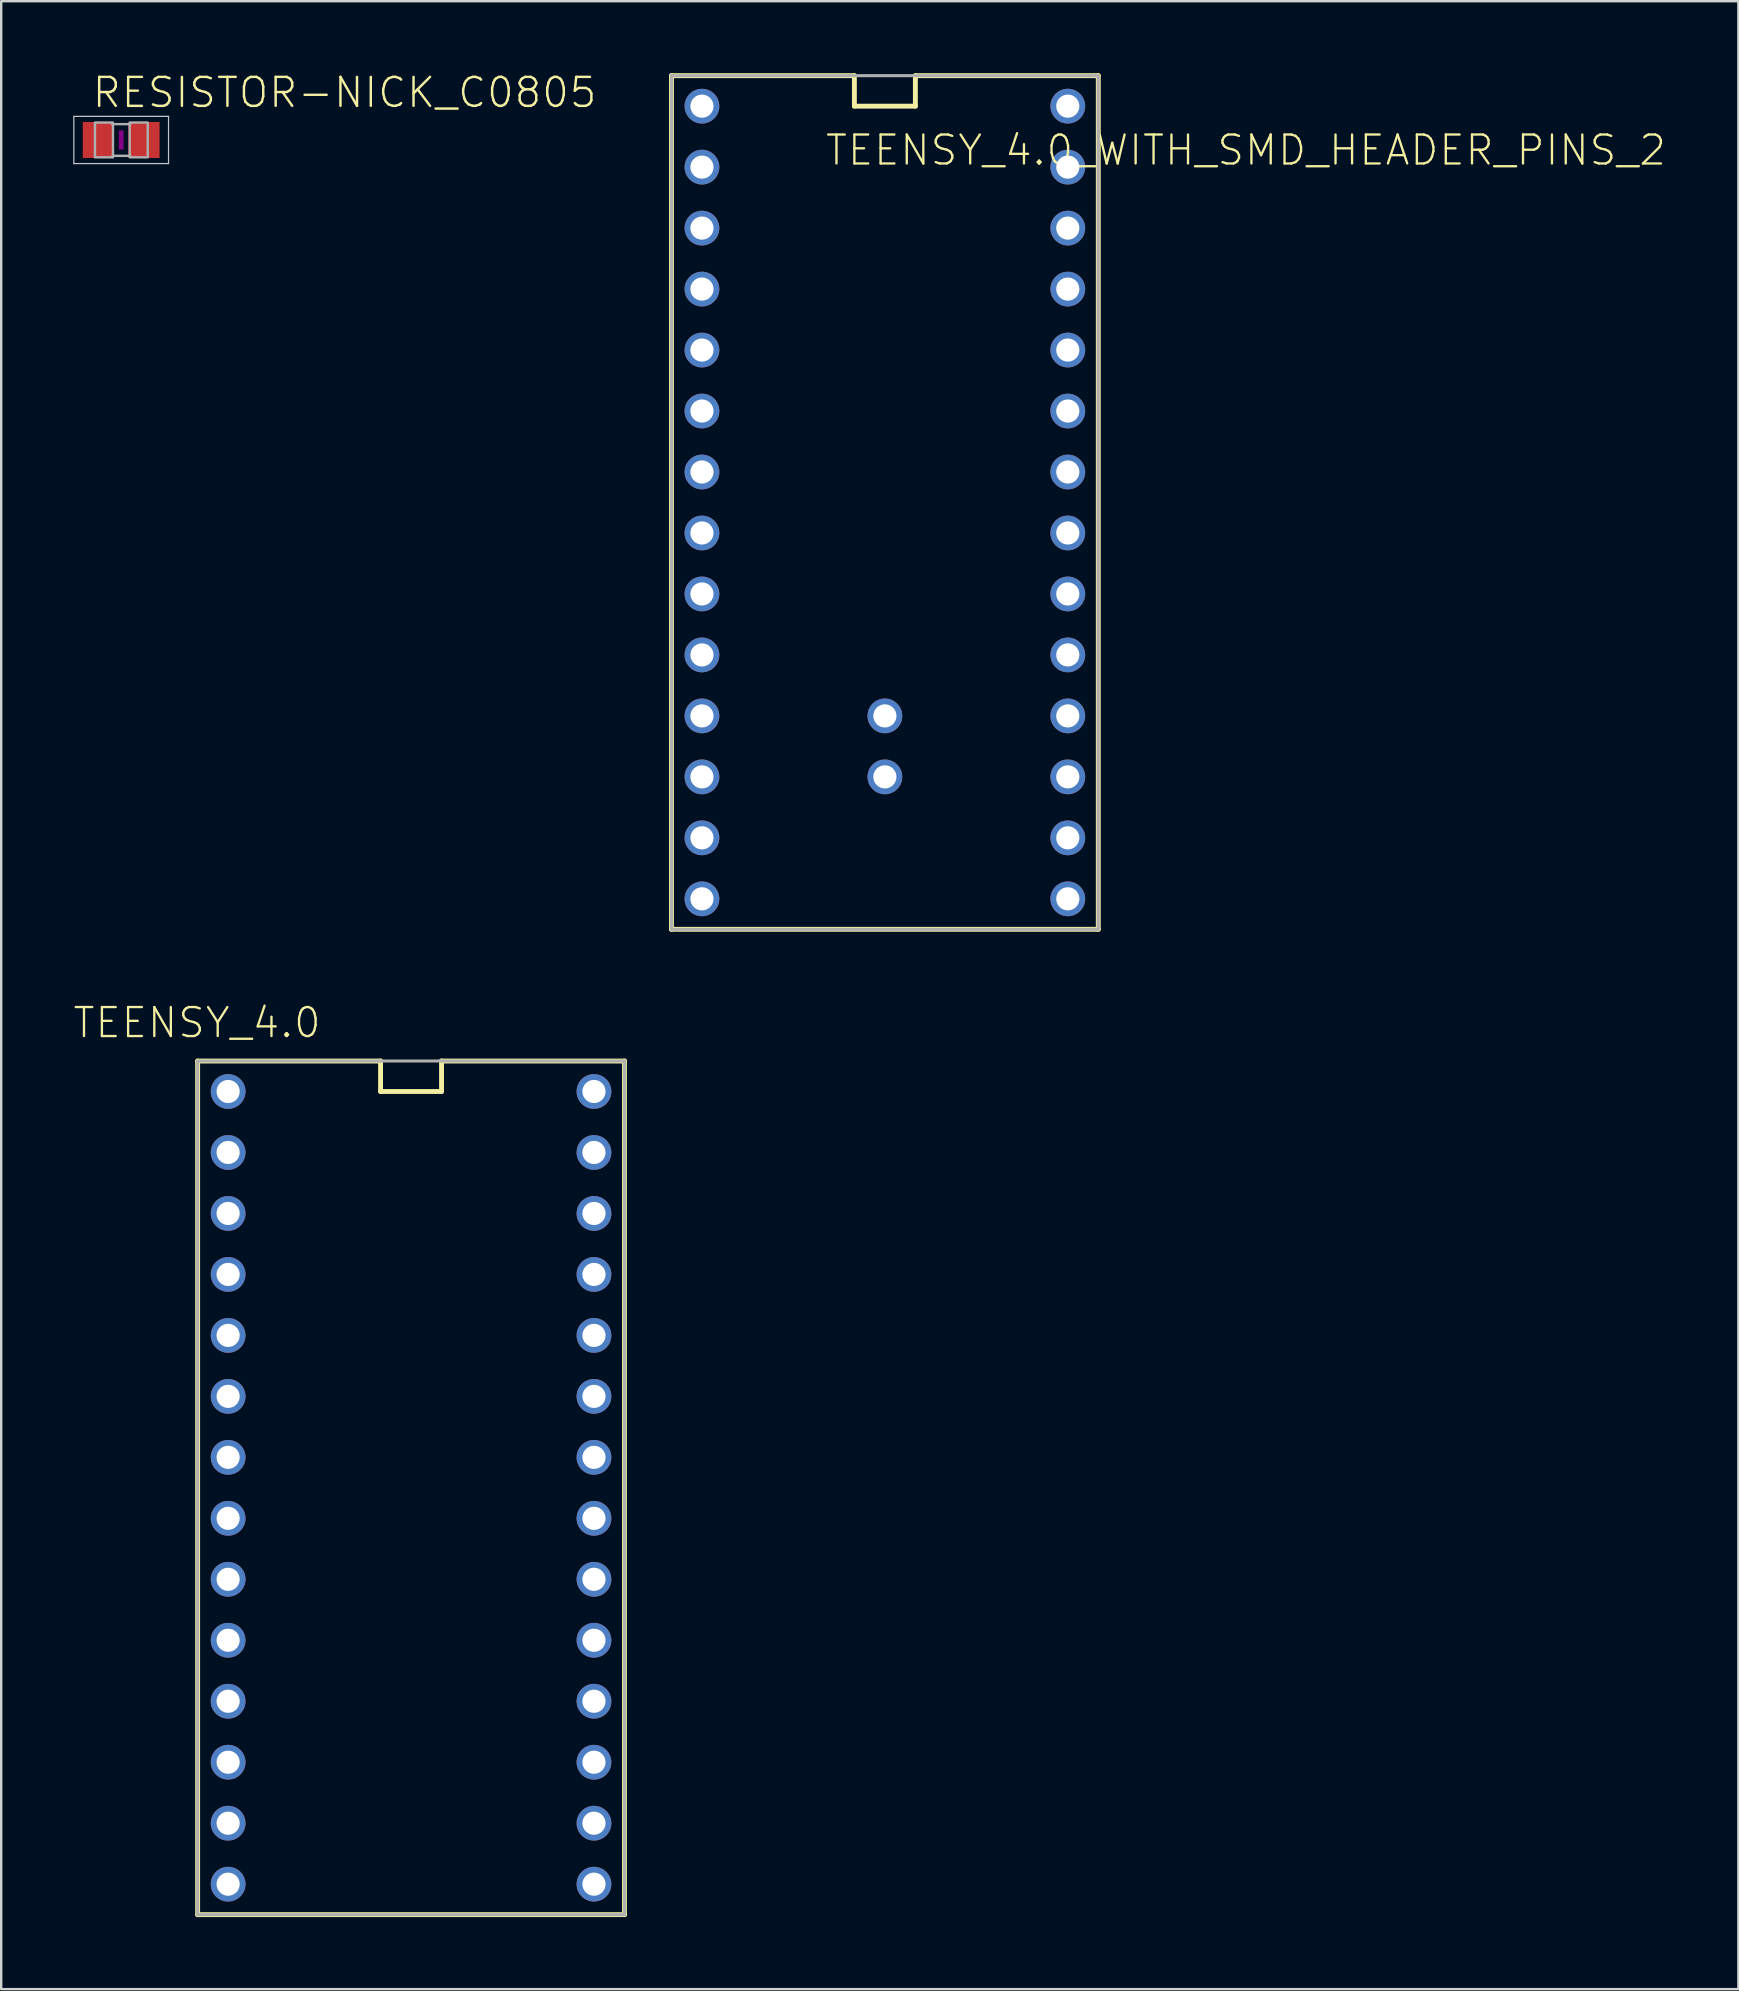
<source format=kicad_pcb>
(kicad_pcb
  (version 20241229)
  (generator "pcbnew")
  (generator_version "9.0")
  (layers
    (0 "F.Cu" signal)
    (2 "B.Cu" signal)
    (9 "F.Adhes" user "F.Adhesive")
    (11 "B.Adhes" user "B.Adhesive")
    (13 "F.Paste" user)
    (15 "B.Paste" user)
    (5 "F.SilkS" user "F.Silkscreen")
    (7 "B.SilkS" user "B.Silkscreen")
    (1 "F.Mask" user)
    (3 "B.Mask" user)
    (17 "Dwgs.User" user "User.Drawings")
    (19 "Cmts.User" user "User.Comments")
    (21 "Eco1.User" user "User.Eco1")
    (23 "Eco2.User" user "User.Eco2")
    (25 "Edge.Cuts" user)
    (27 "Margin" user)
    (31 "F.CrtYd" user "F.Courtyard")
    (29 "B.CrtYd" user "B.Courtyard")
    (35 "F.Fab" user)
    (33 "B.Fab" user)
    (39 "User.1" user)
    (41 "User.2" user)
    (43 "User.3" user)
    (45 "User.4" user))
  (footprint "TEENSY_4.0"
    (layer "F.Cu")
    (at 14.073 58.928)
    (property "Reference" "TEENSY_4.0" (at -3.683 -18.669 0) (layer "F.SilkS") (effects (font (size 1.206 1.206) (thickness 0.097)) (justify right bottom)))
    (attr through_hole)
    (fp_line (start -8.89 -17.78) (end -1.27 -17.78) (stroke (width 0.203) (type solid)) (layer "F.SilkS"))
    (fp_line (start -8.89 17.78) (end -8.89 -17.78) (stroke (width 0.203) (type solid)) (layer "F.SilkS"))
    (fp_line (start -1.27 -17.78) (end -1.27 -16.51) (stroke (width 0.203) (type solid)) (layer "F.SilkS"))
    (fp_line (start -1.27 -16.51) (end 1.27 -16.51) (stroke (width 0.203) (type solid)) (layer "F.SilkS"))
    (fp_line (start 1.27 -17.78) (end 8.89 -17.78) (stroke (width 0.203) (type solid)) (layer "F.SilkS"))
    (fp_line (start 1.27 -16.51) (end 1.27 -17.78) (stroke (width 0.203) (type solid)) (layer "F.SilkS"))
    (fp_line (start 8.89 -17.78) (end 8.89 17.78) (stroke (width 0.203) (type solid)) (layer "F.SilkS"))
    (fp_line (start 8.89 17.78) (end -8.89 17.78) (stroke (width 0.203) (type solid)) (layer "F.SilkS"))
    (fp_line (start -8.89 -17.78) (end 8.89 -17.78) (stroke (width 0.127) (type solid)) (layer "F.Fab"))
    (fp_line (start -8.89 17.78) (end -8.89 -17.78) (stroke (width 0.127) (type solid)) (layer "F.Fab"))
    (fp_line (start 8.89 -17.78) (end 8.89 17.78) (stroke (width 0.127) (type solid)) (layer "F.Fab"))
    (fp_line (start 8.89 17.78) (end -8.89 17.78) (stroke (width 0.127) (type solid)) (layer "F.Fab"))
    (pad "0" thru_hole circle (at -7.62 -13.97) (size 1.448 1.448) (drill 0.965) (layers "*.Cu" "*.Mask"))
    (pad "1" thru_hole circle (at -7.62 -11.43) (size 1.448 1.448) (drill 0.965) (layers "*.Cu" "*.Mask"))
    (pad "2" thru_hole circle (at -7.62 -8.89) (size 1.448 1.448) (drill 0.965) (layers "*.Cu" "*.Mask"))
    (pad "3" thru_hole circle (at -7.62 -6.35) (size 1.448 1.448) (drill 0.965) (layers "*.Cu" "*.Mask"))
    (pad "3.3V" thru_hole circle (at 7.62 -11.43) (size 1.448 1.448) (drill 0.965) (layers "*.Cu" "*.Mask"))
    (pad "4" thru_hole circle (at -7.62 -3.81) (size 1.448 1.448) (drill 0.965) (layers "*.Cu" "*.Mask"))
    (pad "5" thru_hole circle (at -7.62 -1.27) (size 1.448 1.448) (drill 0.965) (layers "*.Cu" "*.Mask"))
    (pad "6" thru_hole circle (at -7.62 1.27) (size 1.448 1.448) (drill 0.965) (layers "*.Cu" "*.Mask"))
    (pad "7" thru_hole circle (at -7.62 3.81) (size 1.448 1.448) (drill 0.965) (layers "*.Cu" "*.Mask"))
    (pad "8" thru_hole circle (at -7.62 6.35) (size 1.448 1.448) (drill 0.965) (layers "*.Cu" "*.Mask"))
    (pad "9" thru_hole circle (at -7.62 8.89) (size 1.448 1.448) (drill 0.965) (layers "*.Cu" "*.Mask"))
    (pad "10" thru_hole circle (at -7.62 11.43) (size 1.448 1.448) (drill 0.965) (layers "*.Cu" "*.Mask"))
    (pad "11" thru_hole circle (at -7.62 13.97) (size 1.448 1.448) (drill 0.965) (layers "*.Cu" "*.Mask"))
    (pad "12" thru_hole circle (at -7.62 16.51) (size 1.448 1.448) (drill 0.965) (layers "*.Cu" "*.Mask"))
    (pad "13" thru_hole circle (at 7.62 16.51) (size 1.448 1.448) (drill 0.965) (layers "*.Cu" "*.Mask"))
    (pad "14/A0" thru_hole circle (at 7.62 13.97) (size 1.448 1.448) (drill 0.965) (layers "*.Cu" "*.Mask"))
    (pad "15/A1" thru_hole circle (at 7.62 11.43) (size 1.448 1.448) (drill 0.965) (layers "*.Cu" "*.Mask"))
    (pad "16/A2" thru_hole circle (at 7.62 8.89) (size 1.448 1.448) (drill 0.965) (layers "*.Cu" "*.Mask"))
    (pad "17/A3" thru_hole circle (at 7.62 6.35) (size 1.448 1.448) (drill 0.965) (layers "*.Cu" "*.Mask"))
    (pad "18/A4" thru_hole circle (at 7.62 3.81) (size 1.448 1.448) (drill 0.965) (layers "*.Cu" "*.Mask"))
    (pad "19/A5" thru_hole circle (at 7.62 1.27) (size 1.448 1.448) (drill 0.965) (layers "*.Cu" "*.Mask"))
    (pad "20/A6" thru_hole circle (at 7.62 -1.27) (size 1.448 1.448) (drill 0.965) (layers "*.Cu" "*.Mask"))
    (pad "21/A7" thru_hole circle (at 7.62 -3.81) (size 1.448 1.448) (drill 0.965) (layers "*.Cu" "*.Mask"))
    (pad "22/A8" thru_hole circle (at 7.62 -6.35) (size 1.448 1.448) (drill 0.965) (layers "*.Cu" "*.Mask"))
    (pad "23/A9" thru_hole circle (at 7.62 -8.89) (size 1.448 1.448) (drill 0.965) (layers "*.Cu" "*.Mask"))
    (pad "GND" thru_hole circle (at -7.62 -16.51) (size 1.448 1.448) (drill 0.965) (layers "*.Cu" "*.Mask"))
    (pad "GND2" thru_hole circle (at 7.62 -13.97) (size 1.448 1.448) (drill 0.965) (layers "*.Cu" "*.Mask"))
    (pad "VIN" thru_hole circle (at 7.62 -16.51) (size 1.448 1.448) (drill 0.965) (layers "*.Cu" "*.Mask")))
  (footprint "RESISTOR-NICK_C0805"
    (layer "F.Cu")
    (at 1.998 2.781)
    (property "Reference" "RESISTOR-NICK_C0805" (at -1.27 -1.27 0) (layer "F.SilkS") (effects (font (size 1.206 1.206) (thickness 0.102)) (justify left bottom)))
    (attr through_hole)
    (fp_poly (pts (xy -0.1 0.4) (xy 0.1 0.4) (xy 0.1 -0.4) (xy -0.1 -0.4)) (stroke (width 0) (type solid)) (fill yes) (layer "F.Adhes"))
    (fp_line (start -1.973 -0.983) (end 1.973 -0.983) (stroke (width 0.051) (type solid)) (layer "Dwgs.User"))
    (fp_line (start -1.973 0.983) (end -1.973 -0.983) (stroke (width 0.051) (type solid)) (layer "Dwgs.User"))
    (fp_line (start 1.973 -0.983) (end 1.973 0.983) (stroke (width 0.051) (type solid)) (layer "Dwgs.User"))
    (fp_line (start 1.973 0.983) (end -1.973 0.983) (stroke (width 0.051) (type solid)) (layer "Dwgs.User"))
    (fp_line (start -0.381 -0.66) (end 0.381 -0.66) (stroke (width 0.102) (type solid)) (layer "F.Fab"))
    (fp_line (start -0.356 0.66) (end 0.381 0.66) (stroke (width 0.102) (type solid)) (layer "F.Fab"))
    (fp_poly (pts (xy -1.092 0.724) (xy -0.342 0.724) (xy -0.342 -0.726) (xy -1.092 -0.726)) (stroke (width 0.1) (type solid)) (fill no) (layer "F.Fab"))
    (fp_poly (pts (xy 0.356 0.724) (xy 1.106 0.724) (xy 1.106 -0.726) (xy 0.356 -0.726)) (stroke (width 0.1) (type solid)) (fill no) (layer "F.Fab"))
    (pad "1" smd rect (at -0.95 0) (size 1.3 1.5) (layers "F.Cu" "F.Mask" "F.Paste"))
    (pad "2" smd rect (at 0.95 0) (size 1.3 1.5) (layers "F.Cu" "F.Mask" "F.Paste")))
  (footprint "TEENSY_4.0_WITH_SMD_HEADER_PINS_2"
    (layer "F.Cu")
    (at 33.811 17.882)
    (property "Reference" "TEENSY_4.0_WITH_SMD_HEADER_PINS_2" (at -2.54 -13.97 180) (layer "F.SilkS") (effects (font (size 1.206 1.206) (thickness 0.097)) (justify left bottom)))
    (attr through_hole)
    (fp_line (start -8.89 -17.78) (end -1.27 -17.78) (stroke (width 0.203) (type solid)) (layer "F.SilkS"))
    (fp_line (start -8.89 17.78) (end -8.89 -17.78) (stroke (width 0.203) (type solid)) (layer "F.SilkS"))
    (fp_line (start -1.27 -17.78) (end -1.27 -16.51) (stroke (width 0.203) (type solid)) (layer "F.SilkS"))
    (fp_line (start -1.27 -16.51) (end 1.27 -16.51) (stroke (width 0.203) (type solid)) (layer "F.SilkS"))
    (fp_line (start 1.27 -17.78) (end 8.89 -17.78) (stroke (width 0.203) (type solid)) (layer "F.SilkS"))
    (fp_line (start 1.27 -16.51) (end 1.27 -17.78) (stroke (width 0.203) (type solid)) (layer "F.SilkS"))
    (fp_line (start 8.89 -17.78) (end 8.89 17.78) (stroke (width 0.203) (type solid)) (layer "F.SilkS"))
    (fp_line (start 8.89 17.78) (end -8.89 17.78) (stroke (width 0.203) (type solid)) (layer "F.SilkS"))
    (fp_line (start -8.89 -17.78) (end 8.89 -17.78) (stroke (width 0.127) (type solid)) (layer "F.Fab"))
    (fp_line (start -8.89 17.78) (end -8.89 -17.78) (stroke (width 0.127) (type solid)) (layer "F.Fab"))
    (fp_line (start 8.89 -17.78) (end 8.89 17.78) (stroke (width 0.127) (type solid)) (layer "F.Fab"))
    (fp_line (start 8.89 17.78) (end -8.89 17.78) (stroke (width 0.127) (type solid)) (layer "F.Fab"))
    (pad "0" thru_hole circle (at -7.62 -13.97) (size 1.448 1.448) (drill 0.965) (layers "*.Cu" "*.Mask"))
    (pad "1" thru_hole circle (at -7.62 -11.43) (size 1.448 1.448) (drill 0.965) (layers "*.Cu" "*.Mask"))
    (pad "2" thru_hole circle (at -7.62 -8.89) (size 1.448 1.448) (drill 0.965) (layers "*.Cu" "*.Mask"))
    (pad "3" thru_hole circle (at -7.62 -6.35) (size 1.448 1.448) (drill 0.965) (layers "*.Cu" "*.Mask"))
    (pad "3.3V" thru_hole circle (at 7.62 -11.43) (size 1.448 1.448) (drill 0.965) (layers "*.Cu" "*.Mask"))
    (pad "4" thru_hole circle (at -7.62 -3.81) (size 1.448 1.448) (drill 0.965) (layers "*.Cu" "*.Mask"))
    (pad "5" thru_hole circle (at -7.62 -1.27) (size 1.448 1.448) (drill 0.965) (layers "*.Cu" "*.Mask"))
    (pad "6" thru_hole circle (at -7.62 1.27) (size 1.448 1.448) (drill 0.965) (layers "*.Cu" "*.Mask"))
    (pad "7" thru_hole circle (at -7.62 3.81) (size 1.448 1.448) (drill 0.965) (layers "*.Cu" "*.Mask"))
    (pad "8" thru_hole circle (at -7.62 6.35) (size 1.448 1.448) (drill 0.965) (layers "*.Cu" "*.Mask"))
    (pad "9" thru_hole circle (at -7.62 8.89) (size 1.448 1.448) (drill 0.965) (layers "*.Cu" "*.Mask"))
    (pad "10" thru_hole circle (at -7.62 11.43) (size 1.448 1.448) (drill 0.965) (layers "*.Cu" "*.Mask"))
    (pad "11" thru_hole circle (at -7.62 13.97) (size 1.448 1.448) (drill 0.965) (layers "*.Cu" "*.Mask"))
    (pad "12" thru_hole circle (at -7.62 16.51) (size 1.448 1.448) (drill 0.965) (layers "*.Cu" "*.Mask"))
    (pad "13" thru_hole circle (at 7.62 16.51) (size 1.448 1.448) (drill 0.965) (layers "*.Cu" "*.Mask"))
    (pad "14/A0" thru_hole circle (at 7.62 13.97) (size 1.448 1.448) (drill 0.965) (layers "*.Cu" "*.Mask"))
    (pad "15/A1" thru_hole circle (at 7.62 11.43) (size 1.448 1.448) (drill 0.965) (layers "*.Cu" "*.Mask"))
    (pad "16/A2" thru_hole circle (at 7.62 8.89) (size 1.448 1.448) (drill 0.965) (layers "*.Cu" "*.Mask"))
    (pad "17/A3" thru_hole circle (at 7.62 6.35) (size 1.448 1.448) (drill 0.965) (layers "*.Cu" "*.Mask"))
    (pad "18/A4" thru_hole circle (at 7.62 3.81) (size 1.448 1.448) (drill 0.965) (layers "*.Cu" "*.Mask"))
    (pad "19/A5" thru_hole circle (at 7.62 1.27) (size 1.448 1.448) (drill 0.965) (layers "*.Cu" "*.Mask"))
    (pad "20/A6" thru_hole circle (at 7.62 -1.27) (size 1.448 1.448) (drill 0.965) (layers "*.Cu" "*.Mask"))
    (pad "21/A7" thru_hole circle (at 7.62 -3.81) (size 1.448 1.448) (drill 0.965) (layers "*.Cu" "*.Mask"))
    (pad "22/A8" thru_hole circle (at 7.62 -6.35) (size 1.448 1.448) (drill 0.965) (layers "*.Cu" "*.Mask"))
    (pad "23/A9" thru_hole circle (at 7.62 -8.89) (size 1.448 1.448) (drill 0.965) (layers "*.Cu" "*.Mask"))
    (pad "28" thru_hole circle (at 0 11.43) (size 1.448 1.448) (drill 0.965) (layers "*.Cu" "*.Mask"))
    (pad "29" thru_hole circle (at 0 8.89) (size 1.448 1.448) (drill 0.965) (layers "*.Cu" "*.Mask"))
    (pad "GND" thru_hole circle (at -7.62 -16.51) (size 1.448 1.448) (drill 0.965) (layers "*.Cu" "*.Mask"))
    (pad "GND2" thru_hole circle (at 7.62 -13.97) (size 1.448 1.448) (drill 0.965) (layers "*.Cu" "*.Mask"))
    (pad "VIN" thru_hole circle (at 7.62 -16.51) (size 1.448 1.448) (drill 0.965) (layers "*.Cu" "*.Mask")))
  (gr_rect
    (start -3 -3)
    (end 69.365 79.81)
    (stroke (width 0.1) (type default))
    (fill no)
    (layer "Edge.Cuts")))
</source>
